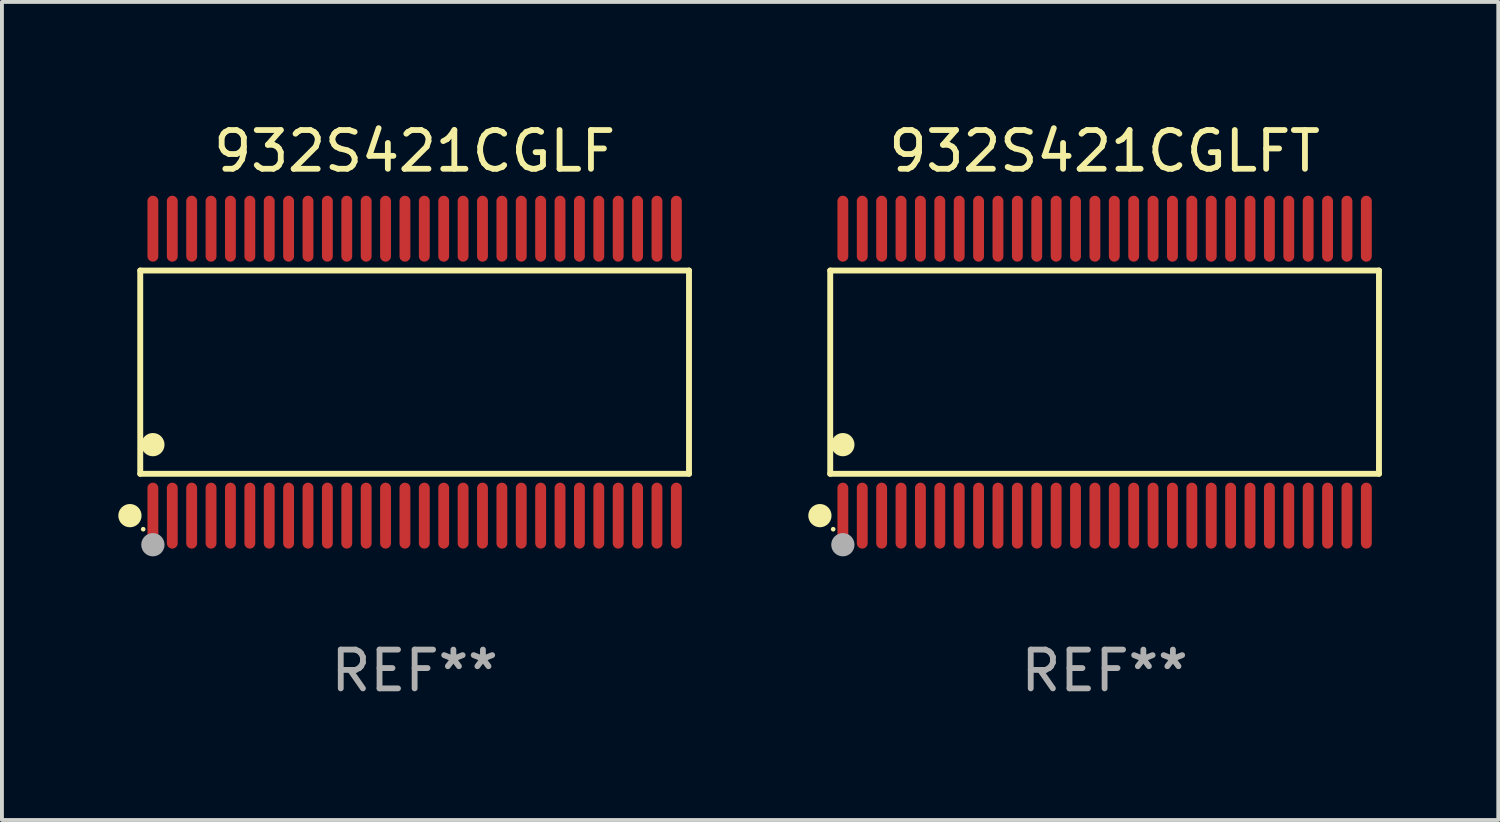
<source format=kicad_pcb>
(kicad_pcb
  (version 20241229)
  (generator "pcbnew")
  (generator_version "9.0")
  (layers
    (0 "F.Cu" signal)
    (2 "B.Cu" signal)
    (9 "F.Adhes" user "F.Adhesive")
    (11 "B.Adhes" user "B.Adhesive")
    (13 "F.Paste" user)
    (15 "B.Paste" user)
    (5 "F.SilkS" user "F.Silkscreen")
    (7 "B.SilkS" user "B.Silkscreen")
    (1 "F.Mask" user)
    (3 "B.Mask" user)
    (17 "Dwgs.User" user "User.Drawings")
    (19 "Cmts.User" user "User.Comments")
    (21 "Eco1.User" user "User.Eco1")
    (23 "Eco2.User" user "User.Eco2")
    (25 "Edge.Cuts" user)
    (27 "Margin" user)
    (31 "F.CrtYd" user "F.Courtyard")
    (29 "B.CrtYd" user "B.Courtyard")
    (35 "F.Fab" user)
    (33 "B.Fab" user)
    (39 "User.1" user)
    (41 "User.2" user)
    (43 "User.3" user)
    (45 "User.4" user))
  (footprint "932S421CGLFT"
    (layer "F.Cu")
    (at 25.437 6.548)
    (property "Reference" "932S421CGLFT" (at 0 -5.7 0) (layer "F.SilkS") (effects (font (size 1 1) (thickness 0.15))))
    (attr through_hole)
    (fp_line (start -7.076 -2.621) (end 7.076 -2.621) (stroke (width 0.152) (type solid)) (layer "F.SilkS"))
    (fp_line (start -7.076 2.621) (end -7.076 -2.621) (stroke (width 0.152) (type solid)) (layer "F.SilkS"))
    (fp_line (start 7.076 -2.621) (end 7.076 2.621) (stroke (width 0.152) (type solid)) (layer "F.SilkS"))
    (fp_line (start 7.076 2.621) (end -7.076 2.621) (stroke (width 0.152) (type solid)) (layer "F.SilkS"))
    (fp_circle (center -7.342 3.7) (end -7.192 3.7) (stroke (width 0.3) (type solid)) (fill no) (layer "F.SilkS"))
    (fp_circle (center -7 4.05) (end -6.97 4.05) (stroke (width 0.06) (type solid)) (fill no) (layer "F.SilkS"))
    (fp_circle (center -6.75 1.869) (end -6.6 1.869) (stroke (width 0.3) (type solid)) (fill no) (layer "F.SilkS"))
    (fp_circle (center -6.75 4.45) (end -6.6 4.45) (stroke (width 0.3) (type solid)) (fill no) (layer "F.Fab"))
    (fp_text user "REF**" (at 0 7.7 0) (layer "F.Fab") (effects (font (size 1 1) (thickness 0.15))))
    (pad "1" smd oval (at -6.75 3.7) (size 0.28 1.7) (layers "F.Cu" "F.Mask" "F.Paste"))
    (pad "2" smd oval (at -6.25 3.7) (size 0.28 1.7) (layers "F.Cu" "F.Mask" "F.Paste"))
    (pad "3" smd oval (at -5.75 3.7) (size 0.28 1.7) (layers "F.Cu" "F.Mask" "F.Paste"))
    (pad "4" smd oval (at -5.25 3.7) (size 0.28 1.7) (layers "F.Cu" "F.Mask" "F.Paste"))
    (pad "5" smd oval (at -4.75 3.7) (size 0.28 1.7) (layers "F.Cu" "F.Mask" "F.Paste"))
    (pad "6" smd oval (at -4.25 3.7) (size 0.28 1.7) (layers "F.Cu" "F.Mask" "F.Paste"))
    (pad "7" smd oval (at -3.75 3.7) (size 0.28 1.7) (layers "F.Cu" "F.Mask" "F.Paste"))
    (pad "8" smd oval (at -3.25 3.7) (size 0.28 1.7) (layers "F.Cu" "F.Mask" "F.Paste"))
    (pad "9" smd oval (at -2.75 3.7) (size 0.28 1.7) (layers "F.Cu" "F.Mask" "F.Paste"))
    (pad "10" smd oval (at -2.25 3.7) (size 0.28 1.7) (layers "F.Cu" "F.Mask" "F.Paste"))
    (pad "11" smd oval (at -1.75 3.7) (size 0.28 1.7) (layers "F.Cu" "F.Mask" "F.Paste"))
    (pad "12" smd oval (at -1.25 3.7) (size 0.28 1.7) (layers "F.Cu" "F.Mask" "F.Paste"))
    (pad "13" smd oval (at -0.75 3.7) (size 0.28 1.7) (layers "F.Cu" "F.Mask" "F.Paste"))
    (pad "14" smd oval (at -0.25 3.7) (size 0.28 1.7) (layers "F.Cu" "F.Mask" "F.Paste"))
    (pad "15" smd oval (at 0.25 3.7) (size 0.28 1.7) (layers "F.Cu" "F.Mask" "F.Paste"))
    (pad "16" smd oval (at 0.75 3.7) (size 0.28 1.7) (layers "F.Cu" "F.Mask" "F.Paste"))
    (pad "17" smd oval (at 1.25 3.7) (size 0.28 1.7) (layers "F.Cu" "F.Mask" "F.Paste"))
    (pad "18" smd oval (at 1.75 3.7) (size 0.28 1.7) (layers "F.Cu" "F.Mask" "F.Paste"))
    (pad "19" smd oval (at 2.25 3.7) (size 0.28 1.7) (layers "F.Cu" "F.Mask" "F.Paste"))
    (pad "20" smd oval (at 2.75 3.7) (size 0.28 1.7) (layers "F.Cu" "F.Mask" "F.Paste"))
    (pad "21" smd oval (at 3.25 3.7) (size 0.28 1.7) (layers "F.Cu" "F.Mask" "F.Paste"))
    (pad "22" smd oval (at 3.75 3.7) (size 0.28 1.7) (layers "F.Cu" "F.Mask" "F.Paste"))
    (pad "23" smd oval (at 4.25 3.7) (size 0.28 1.7) (layers "F.Cu" "F.Mask" "F.Paste"))
    (pad "24" smd oval (at 4.75 3.7) (size 0.28 1.7) (layers "F.Cu" "F.Mask" "F.Paste"))
    (pad "25" smd oval (at 5.25 3.7) (size 0.28 1.7) (layers "F.Cu" "F.Mask" "F.Paste"))
    (pad "26" smd oval (at 5.75 3.7) (size 0.28 1.7) (layers "F.Cu" "F.Mask" "F.Paste"))
    (pad "27" smd oval (at 6.25 3.7) (size 0.28 1.7) (layers "F.Cu" "F.Mask" "F.Paste"))
    (pad "28" smd oval (at 6.75 3.7) (size 0.28 1.7) (layers "F.Cu" "F.Mask" "F.Paste"))
    (pad "29" smd oval (at 6.75 -3.7) (size 0.28 1.7) (layers "F.Cu" "F.Mask" "F.Paste"))
    (pad "30" smd oval (at 6.25 -3.7) (size 0.28 1.7) (layers "F.Cu" "F.Mask" "F.Paste"))
    (pad "31" smd oval (at 5.75 -3.7) (size 0.28 1.7) (layers "F.Cu" "F.Mask" "F.Paste"))
    (pad "32" smd oval (at 5.25 -3.7) (size 0.28 1.7) (layers "F.Cu" "F.Mask" "F.Paste"))
    (pad "33" smd oval (at 4.75 -3.7) (size 0.28 1.7) (layers "F.Cu" "F.Mask" "F.Paste"))
    (pad "34" smd oval (at 4.25 -3.7) (size 0.28 1.7) (layers "F.Cu" "F.Mask" "F.Paste"))
    (pad "35" smd oval (at 3.75 -3.7) (size 0.28 1.7) (layers "F.Cu" "F.Mask" "F.Paste"))
    (pad "36" smd oval (at 3.25 -3.7) (size 0.28 1.7) (layers "F.Cu" "F.Mask" "F.Paste"))
    (pad "37" smd oval (at 2.75 -3.7) (size 0.28 1.7) (layers "F.Cu" "F.Mask" "F.Paste"))
    (pad "38" smd oval (at 2.25 -3.7) (size 0.28 1.7) (layers "F.Cu" "F.Mask" "F.Paste"))
    (pad "39" smd oval (at 1.75 -3.7) (size 0.28 1.7) (layers "F.Cu" "F.Mask" "F.Paste"))
    (pad "40" smd oval (at 1.25 -3.7) (size 0.28 1.7) (layers "F.Cu" "F.Mask" "F.Paste"))
    (pad "41" smd oval (at 0.75 -3.7) (size 0.28 1.7) (layers "F.Cu" "F.Mask" "F.Paste"))
    (pad "42" smd oval (at 0.25 -3.7) (size 0.28 1.7) (layers "F.Cu" "F.Mask" "F.Paste"))
    (pad "43" smd oval (at -0.25 -3.7) (size 0.28 1.7) (layers "F.Cu" "F.Mask" "F.Paste"))
    (pad "44" smd oval (at -0.75 -3.7) (size 0.28 1.7) (layers "F.Cu" "F.Mask" "F.Paste"))
    (pad "45" smd oval (at -1.25 -3.7) (size 0.28 1.7) (layers "F.Cu" "F.Mask" "F.Paste"))
    (pad "46" smd oval (at -1.75 -3.7) (size 0.28 1.7) (layers "F.Cu" "F.Mask" "F.Paste"))
    (pad "47" smd oval (at -2.25 -3.7) (size 0.28 1.7) (layers "F.Cu" "F.Mask" "F.Paste"))
    (pad "48" smd oval (at -2.75 -3.7) (size 0.28 1.7) (layers "F.Cu" "F.Mask" "F.Paste"))
    (pad "49" smd oval (at -3.25 -3.7) (size 0.28 1.7) (layers "F.Cu" "F.Mask" "F.Paste"))
    (pad "50" smd oval (at -3.75 -3.7) (size 0.28 1.7) (layers "F.Cu" "F.Mask" "F.Paste"))
    (pad "51" smd oval (at -4.25 -3.7) (size 0.28 1.7) (layers "F.Cu" "F.Mask" "F.Paste"))
    (pad "52" smd oval (at -4.75 -3.7) (size 0.28 1.7) (layers "F.Cu" "F.Mask" "F.Paste"))
    (pad "53" smd oval (at -5.25 -3.7) (size 0.28 1.7) (layers "F.Cu" "F.Mask" "F.Paste"))
    (pad "54" smd oval (at -5.75 -3.7) (size 0.28 1.7) (layers "F.Cu" "F.Mask" "F.Paste"))
    (pad "55" smd oval (at -6.25 -3.7) (size 0.28 1.7) (layers "F.Cu" "F.Mask" "F.Paste"))
    (pad "56" smd oval (at -6.75 -3.7) (size 0.28 1.7) (layers "F.Cu" "F.Mask" "F.Paste")))
  (footprint "932S421CGLF"
    (layer "F.Cu")
    (at 7.643 6.548)
    (property "Reference" "932S421CGLF" (at 0 -5.7 0) (layer "F.SilkS") (effects (font (size 1 1) (thickness 0.15))))
    (attr through_hole)
    (fp_line (start -7.076 -2.621) (end 7.076 -2.621) (stroke (width 0.152) (type solid)) (layer "F.SilkS"))
    (fp_line (start -7.076 2.621) (end -7.076 -2.621) (stroke (width 0.152) (type solid)) (layer "F.SilkS"))
    (fp_line (start 7.076 -2.621) (end 7.076 2.621) (stroke (width 0.152) (type solid)) (layer "F.SilkS"))
    (fp_line (start 7.076 2.621) (end -7.076 2.621) (stroke (width 0.152) (type solid)) (layer "F.SilkS"))
    (fp_circle (center -7.342 3.7) (end -7.192 3.7) (stroke (width 0.3) (type solid)) (fill no) (layer "F.SilkS"))
    (fp_circle (center -7 4.05) (end -6.97 4.05) (stroke (width 0.06) (type solid)) (fill no) (layer "F.SilkS"))
    (fp_circle (center -6.75 1.869) (end -6.6 1.869) (stroke (width 0.3) (type solid)) (fill no) (layer "F.SilkS"))
    (fp_circle (center -6.75 4.45) (end -6.6 4.45) (stroke (width 0.3) (type solid)) (fill no) (layer "F.Fab"))
    (fp_text user "REF**" (at 0 7.7 0) (layer "F.Fab") (effects (font (size 1 1) (thickness 0.15))))
    (pad "1" smd oval (at -6.75 3.7) (size 0.28 1.7) (layers "F.Cu" "F.Mask" "F.Paste"))
    (pad "2" smd oval (at -6.25 3.7) (size 0.28 1.7) (layers "F.Cu" "F.Mask" "F.Paste"))
    (pad "3" smd oval (at -5.75 3.7) (size 0.28 1.7) (layers "F.Cu" "F.Mask" "F.Paste"))
    (pad "4" smd oval (at -5.25 3.7) (size 0.28 1.7) (layers "F.Cu" "F.Mask" "F.Paste"))
    (pad "5" smd oval (at -4.75 3.7) (size 0.28 1.7) (layers "F.Cu" "F.Mask" "F.Paste"))
    (pad "6" smd oval (at -4.25 3.7) (size 0.28 1.7) (layers "F.Cu" "F.Mask" "F.Paste"))
    (pad "7" smd oval (at -3.75 3.7) (size 0.28 1.7) (layers "F.Cu" "F.Mask" "F.Paste"))
    (pad "8" smd oval (at -3.25 3.7) (size 0.28 1.7) (layers "F.Cu" "F.Mask" "F.Paste"))
    (pad "9" smd oval (at -2.75 3.7) (size 0.28 1.7) (layers "F.Cu" "F.Mask" "F.Paste"))
    (pad "10" smd oval (at -2.25 3.7) (size 0.28 1.7) (layers "F.Cu" "F.Mask" "F.Paste"))
    (pad "11" smd oval (at -1.75 3.7) (size 0.28 1.7) (layers "F.Cu" "F.Mask" "F.Paste"))
    (pad "12" smd oval (at -1.25 3.7) (size 0.28 1.7) (layers "F.Cu" "F.Mask" "F.Paste"))
    (pad "13" smd oval (at -0.75 3.7) (size 0.28 1.7) (layers "F.Cu" "F.Mask" "F.Paste"))
    (pad "14" smd oval (at -0.25 3.7) (size 0.28 1.7) (layers "F.Cu" "F.Mask" "F.Paste"))
    (pad "15" smd oval (at 0.25 3.7) (size 0.28 1.7) (layers "F.Cu" "F.Mask" "F.Paste"))
    (pad "16" smd oval (at 0.75 3.7) (size 0.28 1.7) (layers "F.Cu" "F.Mask" "F.Paste"))
    (pad "17" smd oval (at 1.25 3.7) (size 0.28 1.7) (layers "F.Cu" "F.Mask" "F.Paste"))
    (pad "18" smd oval (at 1.75 3.7) (size 0.28 1.7) (layers "F.Cu" "F.Mask" "F.Paste"))
    (pad "19" smd oval (at 2.25 3.7) (size 0.28 1.7) (layers "F.Cu" "F.Mask" "F.Paste"))
    (pad "20" smd oval (at 2.75 3.7) (size 0.28 1.7) (layers "F.Cu" "F.Mask" "F.Paste"))
    (pad "21" smd oval (at 3.25 3.7) (size 0.28 1.7) (layers "F.Cu" "F.Mask" "F.Paste"))
    (pad "22" smd oval (at 3.75 3.7) (size 0.28 1.7) (layers "F.Cu" "F.Mask" "F.Paste"))
    (pad "23" smd oval (at 4.25 3.7) (size 0.28 1.7) (layers "F.Cu" "F.Mask" "F.Paste"))
    (pad "24" smd oval (at 4.75 3.7) (size 0.28 1.7) (layers "F.Cu" "F.Mask" "F.Paste"))
    (pad "25" smd oval (at 5.25 3.7) (size 0.28 1.7) (layers "F.Cu" "F.Mask" "F.Paste"))
    (pad "26" smd oval (at 5.75 3.7) (size 0.28 1.7) (layers "F.Cu" "F.Mask" "F.Paste"))
    (pad "27" smd oval (at 6.25 3.7) (size 0.28 1.7) (layers "F.Cu" "F.Mask" "F.Paste"))
    (pad "28" smd oval (at 6.75 3.7) (size 0.28 1.7) (layers "F.Cu" "F.Mask" "F.Paste"))
    (pad "29" smd oval (at 6.75 -3.7) (size 0.28 1.7) (layers "F.Cu" "F.Mask" "F.Paste"))
    (pad "30" smd oval (at 6.25 -3.7) (size 0.28 1.7) (layers "F.Cu" "F.Mask" "F.Paste"))
    (pad "31" smd oval (at 5.75 -3.7) (size 0.28 1.7) (layers "F.Cu" "F.Mask" "F.Paste"))
    (pad "32" smd oval (at 5.25 -3.7) (size 0.28 1.7) (layers "F.Cu" "F.Mask" "F.Paste"))
    (pad "33" smd oval (at 4.75 -3.7) (size 0.28 1.7) (layers "F.Cu" "F.Mask" "F.Paste"))
    (pad "34" smd oval (at 4.25 -3.7) (size 0.28 1.7) (layers "F.Cu" "F.Mask" "F.Paste"))
    (pad "35" smd oval (at 3.75 -3.7) (size 0.28 1.7) (layers "F.Cu" "F.Mask" "F.Paste"))
    (pad "36" smd oval (at 3.25 -3.7) (size 0.28 1.7) (layers "F.Cu" "F.Mask" "F.Paste"))
    (pad "37" smd oval (at 2.75 -3.7) (size 0.28 1.7) (layers "F.Cu" "F.Mask" "F.Paste"))
    (pad "38" smd oval (at 2.25 -3.7) (size 0.28 1.7) (layers "F.Cu" "F.Mask" "F.Paste"))
    (pad "39" smd oval (at 1.75 -3.7) (size 0.28 1.7) (layers "F.Cu" "F.Mask" "F.Paste"))
    (pad "40" smd oval (at 1.25 -3.7) (size 0.28 1.7) (layers "F.Cu" "F.Mask" "F.Paste"))
    (pad "41" smd oval (at 0.75 -3.7) (size 0.28 1.7) (layers "F.Cu" "F.Mask" "F.Paste"))
    (pad "42" smd oval (at 0.25 -3.7) (size 0.28 1.7) (layers "F.Cu" "F.Mask" "F.Paste"))
    (pad "43" smd oval (at -0.25 -3.7) (size 0.28 1.7) (layers "F.Cu" "F.Mask" "F.Paste"))
    (pad "44" smd oval (at -0.75 -3.7) (size 0.28 1.7) (layers "F.Cu" "F.Mask" "F.Paste"))
    (pad "45" smd oval (at -1.25 -3.7) (size 0.28 1.7) (layers "F.Cu" "F.Mask" "F.Paste"))
    (pad "46" smd oval (at -1.75 -3.7) (size 0.28 1.7) (layers "F.Cu" "F.Mask" "F.Paste"))
    (pad "47" smd oval (at -2.25 -3.7) (size 0.28 1.7) (layers "F.Cu" "F.Mask" "F.Paste"))
    (pad "48" smd oval (at -2.75 -3.7) (size 0.28 1.7) (layers "F.Cu" "F.Mask" "F.Paste"))
    (pad "49" smd oval (at -3.25 -3.7) (size 0.28 1.7) (layers "F.Cu" "F.Mask" "F.Paste"))
    (pad "50" smd oval (at -3.75 -3.7) (size 0.28 1.7) (layers "F.Cu" "F.Mask" "F.Paste"))
    (pad "51" smd oval (at -4.25 -3.7) (size 0.28 1.7) (layers "F.Cu" "F.Mask" "F.Paste"))
    (pad "52" smd oval (at -4.75 -3.7) (size 0.28 1.7) (layers "F.Cu" "F.Mask" "F.Paste"))
    (pad "53" smd oval (at -5.25 -3.7) (size 0.28 1.7) (layers "F.Cu" "F.Mask" "F.Paste"))
    (pad "54" smd oval (at -5.75 -3.7) (size 0.28 1.7) (layers "F.Cu" "F.Mask" "F.Paste"))
    (pad "55" smd oval (at -6.25 -3.7) (size 0.28 1.7) (layers "F.Cu" "F.Mask" "F.Paste"))
    (pad "56" smd oval (at -6.75 -3.7) (size 0.28 1.7) (layers "F.Cu" "F.Mask" "F.Paste")))
  (gr_rect
    (start -3 -3)
    (end 35.59 18.097)
    (stroke (width 0.1) (type default))
    (fill no)
    (layer "Edge.Cuts")))
</source>
